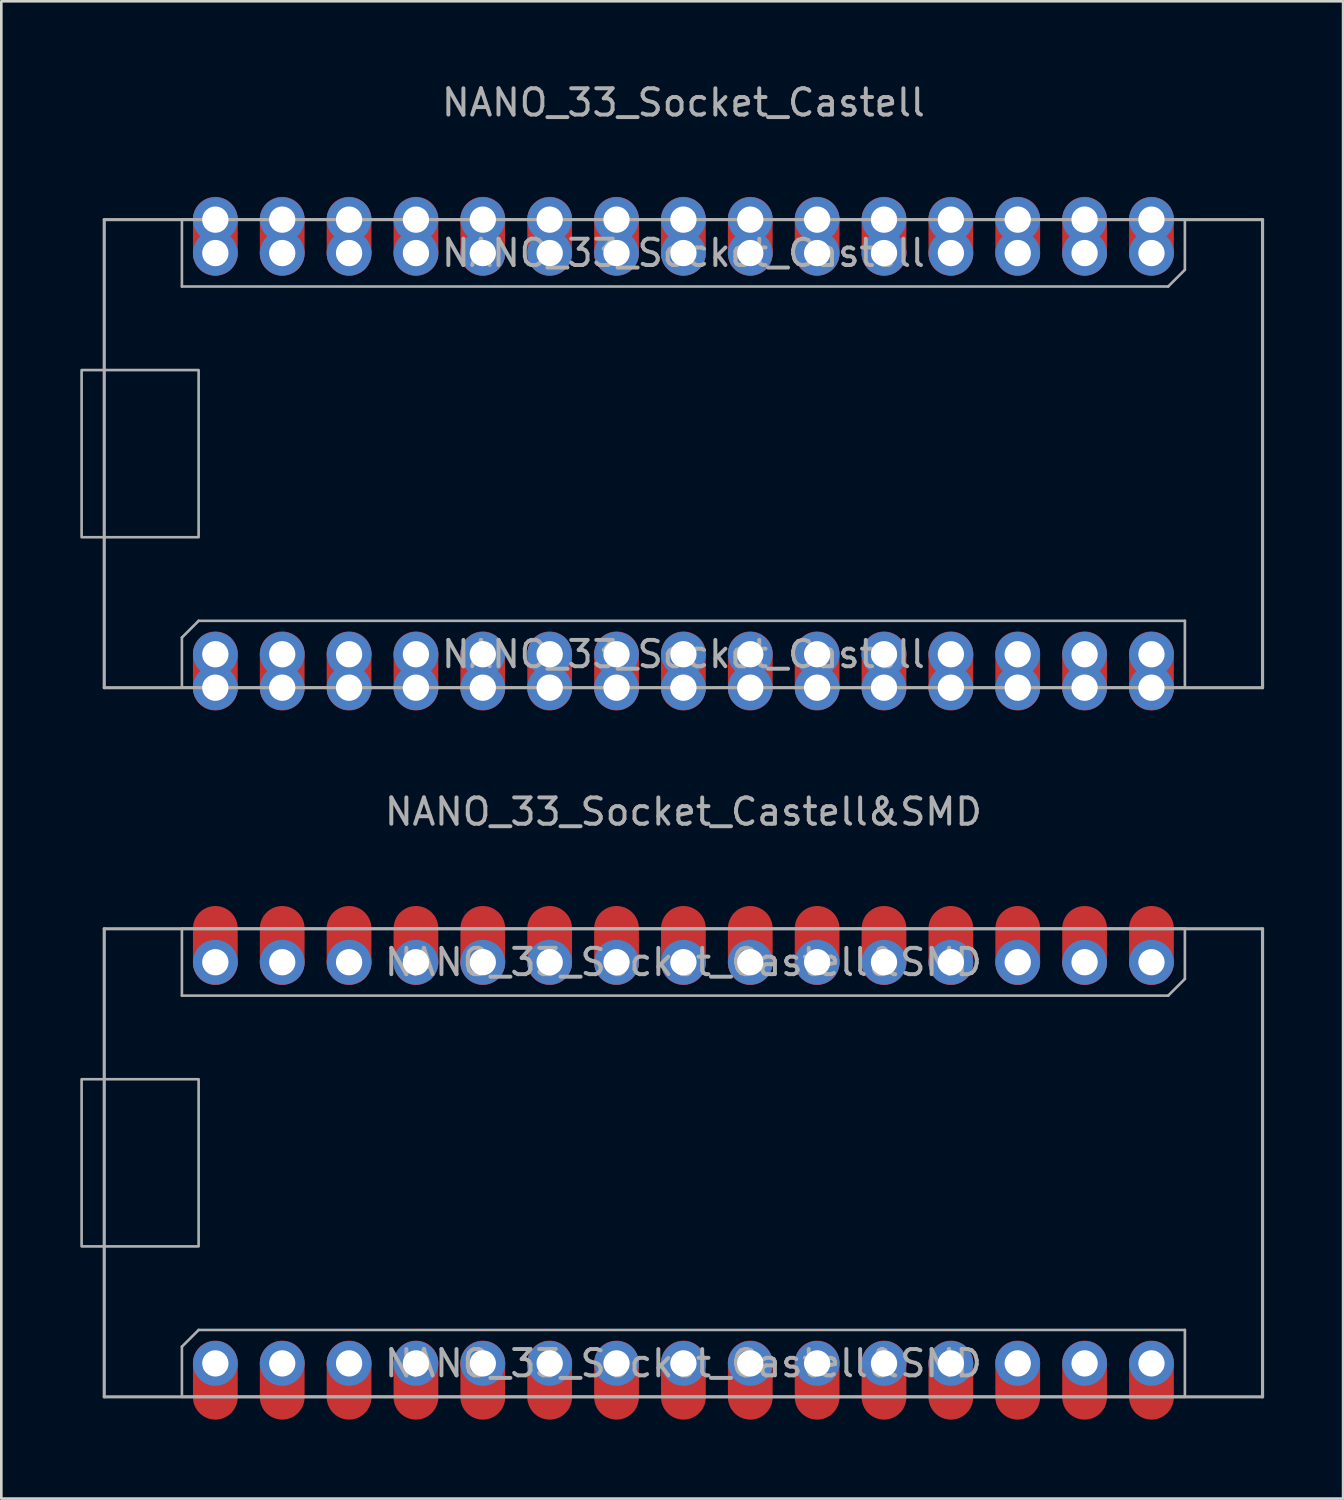
<source format=kicad_pcb>
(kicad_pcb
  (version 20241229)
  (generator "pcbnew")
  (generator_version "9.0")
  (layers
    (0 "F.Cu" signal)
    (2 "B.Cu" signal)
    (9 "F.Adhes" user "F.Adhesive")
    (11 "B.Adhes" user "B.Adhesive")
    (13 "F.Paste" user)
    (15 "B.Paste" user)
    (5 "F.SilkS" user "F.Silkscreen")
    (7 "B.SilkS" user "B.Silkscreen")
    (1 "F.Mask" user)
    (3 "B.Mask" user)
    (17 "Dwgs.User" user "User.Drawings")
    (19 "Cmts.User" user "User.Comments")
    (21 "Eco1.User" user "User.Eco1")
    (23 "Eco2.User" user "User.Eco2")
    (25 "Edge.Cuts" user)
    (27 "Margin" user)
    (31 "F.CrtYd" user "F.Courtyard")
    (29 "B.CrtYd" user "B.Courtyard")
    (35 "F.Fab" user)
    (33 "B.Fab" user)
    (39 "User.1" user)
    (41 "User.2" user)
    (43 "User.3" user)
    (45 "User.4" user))
  (footprint "NANO_33_Socket_Castell&SMD"
    (layer "F.Cu")
    (at 22.91 41.121)
    (property "Reference" "NANO_33_Socket_Castell&SMD" (at 0 -13.335 0) (layer "F.Fab") (effects (font (size 1 1) (thickness 0.15))))
    (attr through_hole)
    (fp_line (start -22 -8.89) (end 22 -8.89) (stroke (width 0.12) (type solid)) (layer "F.Fab"))
    (fp_line (start -22 8.89) (end -22 -8.89) (stroke (width 0.12) (type solid)) (layer "F.Fab"))
    (fp_line (start -22 8.89) (end 22 8.89) (stroke (width 0.12) (type solid)) (layer "F.Fab"))
    (fp_line (start -19.05 -8.89) (end 19.05 -8.89) (stroke (width 0.1) (type solid)) (layer "F.Fab"))
    (fp_line (start -19.05 -6.35) (end -19.05 -8.89) (stroke (width 0.1) (type solid)) (layer "F.Fab"))
    (fp_line (start -19.05 6.985) (end -18.415 6.35) (stroke (width 0.1) (type solid)) (layer "F.Fab"))
    (fp_line (start -19.05 8.89) (end -19.05 6.985) (stroke (width 0.1) (type solid)) (layer "F.Fab"))
    (fp_line (start -18.415 6.35) (end 19.05 6.35) (stroke (width 0.1) (type solid)) (layer "F.Fab"))
    (fp_line (start 18.415 -6.35) (end -19.05 -6.35) (stroke (width 0.1) (type solid)) (layer "F.Fab"))
    (fp_line (start 19.05 -8.89) (end 19.05 -6.985) (stroke (width 0.1) (type solid)) (layer "F.Fab"))
    (fp_line (start 19.05 -6.985) (end 18.415 -6.35) (stroke (width 0.1) (type solid)) (layer "F.Fab"))
    (fp_line (start 19.05 6.35) (end 19.05 8.89) (stroke (width 0.1) (type solid)) (layer "F.Fab"))
    (fp_line (start 19.05 8.89) (end -19.05 8.89) (stroke (width 0.1) (type solid)) (layer "F.Fab"))
    (fp_line (start 22 8.89) (end 22 -8.89) (stroke (width 0.12) (type solid)) (layer "F.Fab"))
    (fp_poly (pts (xy -22.86 3.175) (xy -18.415 3.175) (xy -18.415 -3.175) (xy -22.86 -3.175)) (stroke (width 0.1) (type solid)) (fill no) (layer "F.Fab"))
    (fp_text user "${REFERENCE}" (at 0 -7.62 0) (layer "F.Fab") (effects (font (size 1 1) (thickness 0.15))))
    (fp_text user "${REFERENCE}" (at 0 7.62 180) (layer "F.Fab") (effects (font (size 1 1) (thickness 0.15))))
    (pad "1" thru_hole circle (at -17.78 7.62 90) (size 1.7 1.7) (drill 1) (layers "*.Cu" "*.Mask"))
    (pad "1" smd oval (at -17.78 8.255 90) (size 3 1.7) (layers "F.Cu" "F.Mask"))
    (pad "2" thru_hole oval (at -15.24 7.62 90) (size 1.7 1.7) (drill 1) (layers "*.Cu" "*.Mask"))
    (pad "2" smd oval (at -15.24 8.255 90) (size 3 1.7) (layers "F.Cu" "F.Mask"))
    (pad "3" thru_hole oval (at -12.7 7.62 90) (size 1.7 1.7) (drill 1) (layers "*.Cu" "*.Mask"))
    (pad "3" smd oval (at -12.7 8.255 90) (size 3 1.7) (layers "F.Cu" "F.Mask"))
    (pad "4" thru_hole oval (at -10.16 7.62 90) (size 1.7 1.7) (drill 1) (layers "*.Cu" "*.Mask"))
    (pad "4" smd oval (at -10.16 8.255 90) (size 3 1.7) (layers "F.Cu" "F.Mask"))
    (pad "5" thru_hole oval (at -7.62 7.62 90) (size 1.7 1.7) (drill 1) (layers "*.Cu" "*.Mask"))
    (pad "5" smd oval (at -7.62 8.255 90) (size 3 1.7) (layers "F.Cu" "F.Mask"))
    (pad "6" thru_hole oval (at -5.08 7.62 90) (size 1.7 1.7) (drill 1) (layers "*.Cu" "*.Mask"))
    (pad "6" smd oval (at -5.08 8.255 90) (size 3 1.7) (layers "F.Cu" "F.Mask"))
    (pad "7" thru_hole oval (at -2.54 7.62 90) (size 1.7 1.7) (drill 1) (layers "*.Cu" "*.Mask"))
    (pad "7" smd oval (at -2.54 8.255 90) (size 3 1.7) (layers "F.Cu" "F.Mask"))
    (pad "8" thru_hole oval (at 0 7.62 90) (size 1.7 1.7) (drill 1) (layers "*.Cu" "*.Mask"))
    (pad "8" smd oval (at 0 8.255 90) (size 3 1.7) (layers "F.Cu" "F.Mask"))
    (pad "9" thru_hole oval (at 2.54 7.62 90) (size 1.7 1.7) (drill 1) (layers "*.Cu" "*.Mask"))
    (pad "9" smd oval (at 2.54 8.255 90) (size 3 1.7) (layers "F.Cu" "F.Mask"))
    (pad "10" thru_hole oval (at 5.08 7.62 90) (size 1.7 1.7) (drill 1) (layers "*.Cu" "*.Mask"))
    (pad "10" smd oval (at 5.08 8.255 90) (size 3 1.7) (layers "F.Cu" "F.Mask"))
    (pad "11" thru_hole oval (at 7.62 7.62 90) (size 1.7 1.7) (drill 1) (layers "*.Cu" "*.Mask"))
    (pad "11" smd oval (at 7.62 8.255 90) (size 3 1.7) (layers "F.Cu" "F.Mask"))
    (pad "12" thru_hole oval (at 10.16 7.62 90) (size 1.7 1.7) (drill 1) (layers "*.Cu" "*.Mask"))
    (pad "12" smd oval (at 10.16 8.255 90) (size 3 1.7) (layers "F.Cu" "F.Mask"))
    (pad "13" thru_hole oval (at 12.7 7.62 90) (size 1.7 1.7) (drill 1) (layers "*.Cu" "*.Mask"))
    (pad "13" smd oval (at 12.7 8.255 90) (size 3 1.7) (layers "F.Cu" "F.Mask"))
    (pad "14" thru_hole oval (at 15.24 7.62 90) (size 1.7 1.7) (drill 1) (layers "*.Cu" "*.Mask"))
    (pad "14" smd oval (at 15.24 8.255 90) (size 3 1.7) (layers "F.Cu" "F.Mask"))
    (pad "15" thru_hole oval (at 17.78 7.62 90) (size 1.7 1.7) (drill 1) (layers "*.Cu" "*.Mask"))
    (pad "15" smd oval (at 17.78 8.255 90) (size 3 1.7) (layers "F.Cu" "F.Mask"))
    (pad "16" smd oval (at 17.78 -8.255 270) (size 3 1.7) (layers "F.Cu" "F.Mask"))
    (pad "16" thru_hole circle (at 17.78 -7.62 270) (size 1.7 1.7) (drill 1) (layers "*.Cu" "*.Mask"))
    (pad "17" smd oval (at 15.24 -8.255 270) (size 3 1.7) (layers "F.Cu" "F.Mask"))
    (pad "17" thru_hole oval (at 15.24 -7.62 270) (size 1.7 1.7) (drill 1) (layers "*.Cu" "*.Mask"))
    (pad "18" smd oval (at 12.7 -8.255 270) (size 3 1.7) (layers "F.Cu" "F.Mask"))
    (pad "18" thru_hole oval (at 12.7 -7.62 270) (size 1.7 1.7) (drill 1) (layers "*.Cu" "*.Mask"))
    (pad "19" smd oval (at 10.16 -8.255 270) (size 3 1.7) (layers "F.Cu" "F.Mask"))
    (pad "19" thru_hole oval (at 10.16 -7.62 270) (size 1.7 1.7) (drill 1) (layers "*.Cu" "*.Mask"))
    (pad "20" smd oval (at 7.62 -8.255 270) (size 3 1.7) (layers "F.Cu" "F.Mask"))
    (pad "20" thru_hole oval (at 7.62 -7.62 270) (size 1.7 1.7) (drill 1) (layers "*.Cu" "*.Mask"))
    (pad "21" smd oval (at 5.08 -8.255 270) (size 3 1.7) (layers "F.Cu" "F.Mask"))
    (pad "21" thru_hole oval (at 5.08 -7.62 270) (size 1.7 1.7) (drill 1) (layers "*.Cu" "*.Mask"))
    (pad "22" smd oval (at 2.54 -8.255 270) (size 3 1.7) (layers "F.Cu" "F.Mask"))
    (pad "22" thru_hole oval (at 2.54 -7.62 270) (size 1.7 1.7) (drill 1) (layers "*.Cu" "*.Mask"))
    (pad "23" smd oval (at 0 -8.255 270) (size 3 1.7) (layers "F.Cu" "F.Mask"))
    (pad "23" thru_hole oval (at 0 -7.62 270) (size 1.7 1.7) (drill 1) (layers "*.Cu" "*.Mask"))
    (pad "24" smd oval (at -2.54 -8.255 270) (size 3 1.7) (layers "F.Cu" "F.Mask"))
    (pad "24" thru_hole oval (at -2.54 -7.62 270) (size 1.7 1.7) (drill 1) (layers "*.Cu" "*.Mask"))
    (pad "25" smd oval (at -5.08 -8.255 270) (size 3 1.7) (layers "F.Cu" "F.Mask"))
    (pad "25" thru_hole oval (at -5.08 -7.62 270) (size 1.7 1.7) (drill 1) (layers "*.Cu" "*.Mask"))
    (pad "26" smd oval (at -7.62 -8.255 270) (size 3 1.7) (layers "F.Cu" "F.Mask"))
    (pad "26" thru_hole oval (at -7.62 -7.62 270) (size 1.7 1.7) (drill 1) (layers "*.Cu" "*.Mask"))
    (pad "27" smd oval (at -10.16 -8.255 270) (size 3 1.7) (layers "F.Cu" "F.Mask"))
    (pad "27" thru_hole oval (at -10.16 -7.62 270) (size 1.7 1.7) (drill 1) (layers "*.Cu" "*.Mask"))
    (pad "28" smd oval (at -12.7 -8.255 270) (size 3 1.7) (layers "F.Cu" "F.Mask"))
    (pad "28" thru_hole oval (at -12.7 -7.62 270) (size 1.7 1.7) (drill 1) (layers "*.Cu" "*.Mask"))
    (pad "29" smd oval (at -15.24 -8.255 270) (size 3 1.7) (layers "F.Cu" "F.Mask"))
    (pad "29" thru_hole oval (at -15.24 -7.62 270) (size 1.7 1.7) (drill 1) (layers "*.Cu" "*.Mask"))
    (pad "30" smd oval (at -17.78 -8.255 270) (size 3 1.7) (layers "F.Cu" "F.Mask"))
    (pad "30" thru_hole oval (at -17.78 -7.62 270) (size 1.7 1.7) (drill 1) (layers "*.Cu" "*.Mask")))
  (footprint "NANO_33_Socket_Castell"
    (layer "F.Cu")
    (at 22.91 14.183)
    (property "Reference" "NANO_33_Socket_Castell" (at 0 -13.335 0) (layer "F.Fab") (effects (font (size 1 1) (thickness 0.15))))
    (attr through_hole)
    (fp_line (start -22 -8.89) (end 22 -8.89) (stroke (width 0.12) (type solid)) (layer "F.Fab"))
    (fp_line (start -22 8.89) (end -22 -8.89) (stroke (width 0.12) (type solid)) (layer "F.Fab"))
    (fp_line (start -22 8.89) (end 22 8.89) (stroke (width 0.12) (type solid)) (layer "F.Fab"))
    (fp_line (start -19.05 -8.89) (end 19.05 -8.89) (stroke (width 0.1) (type solid)) (layer "F.Fab"))
    (fp_line (start -19.05 -6.35) (end -19.05 -8.89) (stroke (width 0.1) (type solid)) (layer "F.Fab"))
    (fp_line (start -19.05 6.985) (end -18.415 6.35) (stroke (width 0.1) (type solid)) (layer "F.Fab"))
    (fp_line (start -19.05 8.89) (end -19.05 6.985) (stroke (width 0.1) (type solid)) (layer "F.Fab"))
    (fp_line (start -18.415 6.35) (end 19.05 6.35) (stroke (width 0.1) (type solid)) (layer "F.Fab"))
    (fp_line (start 18.415 -6.35) (end -19.05 -6.35) (stroke (width 0.1) (type solid)) (layer "F.Fab"))
    (fp_line (start 19.05 -8.89) (end 19.05 -6.985) (stroke (width 0.1) (type solid)) (layer "F.Fab"))
    (fp_line (start 19.05 -6.985) (end 18.415 -6.35) (stroke (width 0.1) (type solid)) (layer "F.Fab"))
    (fp_line (start 19.05 6.35) (end 19.05 8.89) (stroke (width 0.1) (type solid)) (layer "F.Fab"))
    (fp_line (start 19.05 8.89) (end -19.05 8.89) (stroke (width 0.1) (type solid)) (layer "F.Fab"))
    (fp_line (start 22 8.89) (end 22 -8.89) (stroke (width 0.12) (type solid)) (layer "F.Fab"))
    (fp_poly (pts (xy -22.86 3.175) (xy -18.415 3.175) (xy -18.415 -3.175) (xy -22.86 -3.175)) (stroke (width 0.1) (type solid)) (fill no) (layer "F.Fab"))
    (fp_text user "${REFERENCE}" (at 0 -7.62 0) (layer "F.Fab") (effects (font (size 1 1) (thickness 0.15))))
    (fp_text user "${REFERENCE}" (at 0 7.62 180) (layer "F.Fab") (effects (font (size 1 1) (thickness 0.15))))
    (pad "1" thru_hole circle (at -17.78 7.62 90) (size 1.7 1.7) (drill 1) (layers "*.Cu" "*.Mask"))
    (pad "1" smd oval (at -17.78 8.255 90) (size 3 1.7) (layers "F.Cu" "F.Mask"))
    (pad "1" thru_hole circle (at -17.78 8.89 90) (size 1.7 1.7) (drill 1) (layers "*.Cu" "*.Mask"))
    (pad "2" thru_hole oval (at -15.24 7.62 90) (size 1.7 1.7) (drill 1) (layers "*.Cu" "*.Mask"))
    (pad "2" smd oval (at -15.24 8.255 90) (size 3 1.7) (layers "F.Cu" "F.Mask"))
    (pad "2" thru_hole circle (at -15.24 8.89 90) (size 1.7 1.7) (drill 1) (layers "*.Cu" "*.Mask"))
    (pad "3" thru_hole oval (at -12.7 7.62 90) (size 1.7 1.7) (drill 1) (layers "*.Cu" "*.Mask"))
    (pad "3" smd oval (at -12.7 8.255 90) (size 3 1.7) (layers "F.Cu" "F.Mask"))
    (pad "3" thru_hole circle (at -12.7 8.89 90) (size 1.7 1.7) (drill 1) (layers "*.Cu" "*.Mask"))
    (pad "4" thru_hole oval (at -10.16 7.62 90) (size 1.7 1.7) (drill 1) (layers "*.Cu" "*.Mask"))
    (pad "4" smd oval (at -10.16 8.255 90) (size 3 1.7) (layers "F.Cu" "F.Mask"))
    (pad "4" thru_hole circle (at -10.16 8.89 90) (size 1.7 1.7) (drill 1) (layers "*.Cu" "*.Mask"))
    (pad "5" thru_hole oval (at -7.62 7.62 90) (size 1.7 1.7) (drill 1) (layers "*.Cu" "*.Mask"))
    (pad "5" smd oval (at -7.62 8.255 90) (size 3 1.7) (layers "F.Cu" "F.Mask"))
    (pad "5" thru_hole circle (at -7.62 8.89 90) (size 1.7 1.7) (drill 1) (layers "*.Cu" "*.Mask"))
    (pad "6" thru_hole oval (at -5.08 7.62 90) (size 1.7 1.7) (drill 1) (layers "*.Cu" "*.Mask"))
    (pad "6" smd oval (at -5.08 8.255 90) (size 3 1.7) (layers "F.Cu" "F.Mask"))
    (pad "6" thru_hole circle (at -5.08 8.89 90) (size 1.7 1.7) (drill 1) (layers "*.Cu" "*.Mask"))
    (pad "7" thru_hole oval (at -2.54 7.62 90) (size 1.7 1.7) (drill 1) (layers "*.Cu" "*.Mask"))
    (pad "7" smd oval (at -2.54 8.255 90) (size 3 1.7) (layers "F.Cu" "F.Mask"))
    (pad "7" thru_hole circle (at -2.54 8.89 90) (size 1.7 1.7) (drill 1) (layers "*.Cu" "*.Mask"))
    (pad "8" thru_hole oval (at 0 7.62 90) (size 1.7 1.7) (drill 1) (layers "*.Cu" "*.Mask"))
    (pad "8" smd oval (at 0 8.255 90) (size 3 1.7) (layers "F.Cu" "F.Mask"))
    (pad "8" thru_hole circle (at 0 8.89 90) (size 1.7 1.7) (drill 1) (layers "*.Cu" "*.Mask"))
    (pad "9" thru_hole oval (at 2.54 7.62 90) (size 1.7 1.7) (drill 1) (layers "*.Cu" "*.Mask"))
    (pad "9" smd oval (at 2.54 8.255 90) (size 3 1.7) (layers "F.Cu" "F.Mask"))
    (pad "9" thru_hole circle (at 2.54 8.89 90) (size 1.7 1.7) (drill 1) (layers "*.Cu" "*.Mask"))
    (pad "10" thru_hole oval (at 5.08 7.62 90) (size 1.7 1.7) (drill 1) (layers "*.Cu" "*.Mask"))
    (pad "10" smd oval (at 5.08 8.255 90) (size 3 1.7) (layers "F.Cu" "F.Mask"))
    (pad "10" thru_hole circle (at 5.08 8.89 90) (size 1.7 1.7) (drill 1) (layers "*.Cu" "*.Mask"))
    (pad "11" thru_hole oval (at 7.62 7.62 90) (size 1.7 1.7) (drill 1) (layers "*.Cu" "*.Mask"))
    (pad "11" smd oval (at 7.62 8.255 90) (size 3 1.7) (layers "F.Cu" "F.Mask"))
    (pad "11" thru_hole circle (at 7.62 8.89 90) (size 1.7 1.7) (drill 1) (layers "*.Cu" "*.Mask"))
    (pad "12" thru_hole oval (at 10.16 7.62 90) (size 1.7 1.7) (drill 1) (layers "*.Cu" "*.Mask"))
    (pad "12" smd oval (at 10.16 8.255 90) (size 3 1.7) (layers "F.Cu" "F.Mask"))
    (pad "12" thru_hole circle (at 10.16 8.89 90) (size 1.7 1.7) (drill 1) (layers "*.Cu" "*.Mask"))
    (pad "13" thru_hole oval (at 12.7 7.62 90) (size 1.7 1.7) (drill 1) (layers "*.Cu" "*.Mask"))
    (pad "13" smd oval (at 12.7 8.255 90) (size 3 1.7) (layers "F.Cu" "F.Mask"))
    (pad "13" thru_hole circle (at 12.7 8.89 90) (size 1.7 1.7) (drill 1) (layers "*.Cu" "*.Mask"))
    (pad "14" thru_hole oval (at 15.24 7.62 90) (size 1.7 1.7) (drill 1) (layers "*.Cu" "*.Mask"))
    (pad "14" smd oval (at 15.24 8.255 90) (size 3 1.7) (layers "F.Cu" "F.Mask"))
    (pad "14" thru_hole circle (at 15.24 8.89 90) (size 1.7 1.7) (drill 1) (layers "*.Cu" "*.Mask"))
    (pad "15" thru_hole oval (at 17.78 7.62 90) (size 1.7 1.7) (drill 1) (layers "*.Cu" "*.Mask"))
    (pad "15" smd oval (at 17.78 8.255 90) (size 3 1.7) (layers "F.Cu" "F.Mask"))
    (pad "15" thru_hole circle (at 17.78 8.89 90) (size 1.7 1.7) (drill 1) (layers "*.Cu" "*.Mask"))
    (pad "16" thru_hole circle (at 17.78 -8.89 270) (size 1.7 1.7) (drill 1) (layers "*.Cu" "*.Mask"))
    (pad "16" smd oval (at 17.78 -8.255 270) (size 3 1.7) (layers "F.Cu" "F.Mask"))
    (pad "16" thru_hole circle (at 17.78 -7.62 270) (size 1.7 1.7) (drill 1) (layers "*.Cu" "*.Mask"))
    (pad "17" thru_hole circle (at 15.24 -8.89 270) (size 1.7 1.7) (drill 1) (layers "*.Cu" "*.Mask"))
    (pad "17" smd oval (at 15.24 -8.255 270) (size 3 1.7) (layers "F.Cu" "F.Mask"))
    (pad "17" thru_hole oval (at 15.24 -7.62 270) (size 1.7 1.7) (drill 1) (layers "*.Cu" "*.Mask"))
    (pad "18" thru_hole circle (at 12.7 -8.89 270) (size 1.7 1.7) (drill 1) (layers "*.Cu" "*.Mask"))
    (pad "18" smd oval (at 12.7 -8.255 270) (size 3 1.7) (layers "F.Cu" "F.Mask"))
    (pad "18" thru_hole oval (at 12.7 -7.62 270) (size 1.7 1.7) (drill 1) (layers "*.Cu" "*.Mask"))
    (pad "19" thru_hole circle (at 10.16 -8.89 270) (size 1.7 1.7) (drill 1) (layers "*.Cu" "*.Mask"))
    (pad "19" smd oval (at 10.16 -8.255 270) (size 3 1.7) (layers "F.Cu" "F.Mask"))
    (pad "19" thru_hole oval (at 10.16 -7.62 270) (size 1.7 1.7) (drill 1) (layers "*.Cu" "*.Mask"))
    (pad "20" thru_hole circle (at 7.62 -8.89 270) (size 1.7 1.7) (drill 1) (layers "*.Cu" "*.Mask"))
    (pad "20" smd oval (at 7.62 -8.255 270) (size 3 1.7) (layers "F.Cu" "F.Mask"))
    (pad "20" thru_hole oval (at 7.62 -7.62 270) (size 1.7 1.7) (drill 1) (layers "*.Cu" "*.Mask"))
    (pad "21" thru_hole circle (at 5.08 -8.89 270) (size 1.7 1.7) (drill 1) (layers "*.Cu" "*.Mask"))
    (pad "21" smd oval (at 5.08 -8.255 270) (size 3 1.7) (layers "F.Cu" "F.Mask"))
    (pad "21" thru_hole oval (at 5.08 -7.62 270) (size 1.7 1.7) (drill 1) (layers "*.Cu" "*.Mask"))
    (pad "22" thru_hole circle (at 2.54 -8.89 270) (size 1.7 1.7) (drill 1) (layers "*.Cu" "*.Mask"))
    (pad "22" smd oval (at 2.54 -8.255 270) (size 3 1.7) (layers "F.Cu" "F.Mask"))
    (pad "22" thru_hole oval (at 2.54 -7.62 270) (size 1.7 1.7) (drill 1) (layers "*.Cu" "*.Mask"))
    (pad "23" thru_hole circle (at 0 -8.89 270) (size 1.7 1.7) (drill 1) (layers "*.Cu" "*.Mask"))
    (pad "23" smd oval (at 0 -8.255 270) (size 3 1.7) (layers "F.Cu" "F.Mask"))
    (pad "23" thru_hole oval (at 0 -7.62 270) (size 1.7 1.7) (drill 1) (layers "*.Cu" "*.Mask"))
    (pad "24" thru_hole circle (at -2.54 -8.89 270) (size 1.7 1.7) (drill 1) (layers "*.Cu" "*.Mask"))
    (pad "24" smd oval (at -2.54 -8.255 270) (size 3 1.7) (layers "F.Cu" "F.Mask"))
    (pad "24" thru_hole oval (at -2.54 -7.62 270) (size 1.7 1.7) (drill 1) (layers "*.Cu" "*.Mask"))
    (pad "25" thru_hole circle (at -5.08 -8.89 270) (size 1.7 1.7) (drill 1) (layers "*.Cu" "*.Mask"))
    (pad "25" smd oval (at -5.08 -8.255 270) (size 3 1.7) (layers "F.Cu" "F.Mask"))
    (pad "25" thru_hole oval (at -5.08 -7.62 270) (size 1.7 1.7) (drill 1) (layers "*.Cu" "*.Mask"))
    (pad "26" thru_hole circle (at -7.62 -8.89 270) (size 1.7 1.7) (drill 1) (layers "*.Cu" "*.Mask"))
    (pad "26" smd oval (at -7.62 -8.255 270) (size 3 1.7) (layers "F.Cu" "F.Mask"))
    (pad "26" thru_hole oval (at -7.62 -7.62 270) (size 1.7 1.7) (drill 1) (layers "*.Cu" "*.Mask"))
    (pad "27" thru_hole circle (at -10.16 -8.89 270) (size 1.7 1.7) (drill 1) (layers "*.Cu" "*.Mask"))
    (pad "27" smd oval (at -10.16 -8.255 270) (size 3 1.7) (layers "F.Cu" "F.Mask"))
    (pad "27" thru_hole oval (at -10.16 -7.62 270) (size 1.7 1.7) (drill 1) (layers "*.Cu" "*.Mask"))
    (pad "28" thru_hole circle (at -12.7 -8.89 270) (size 1.7 1.7) (drill 1) (layers "*.Cu" "*.Mask"))
    (pad "28" smd oval (at -12.7 -8.255 270) (size 3 1.7) (layers "F.Cu" "F.Mask"))
    (pad "28" thru_hole oval (at -12.7 -7.62 270) (size 1.7 1.7) (drill 1) (layers "*.Cu" "*.Mask"))
    (pad "29" thru_hole circle (at -15.24 -8.89 270) (size 1.7 1.7) (drill 1) (layers "*.Cu" "*.Mask"))
    (pad "29" smd oval (at -15.24 -8.255 270) (size 3 1.7) (layers "F.Cu" "F.Mask"))
    (pad "29" thru_hole oval (at -15.24 -7.62 270) (size 1.7 1.7) (drill 1) (layers "*.Cu" "*.Mask"))
    (pad "30" thru_hole circle (at -17.78 -8.89 270) (size 1.7 1.7) (drill 1) (layers "*.Cu" "*.Mask"))
    (pad "30" smd oval (at -17.78 -8.255 270) (size 3 1.7) (layers "F.Cu" "F.Mask"))
    (pad "30" thru_hole oval (at -17.78 -7.62 270) (size 1.7 1.7) (drill 1) (layers "*.Cu" "*.Mask")))
  (gr_rect
    (start -3 -3)
    (end 47.97 53.877)
    (stroke (width 0.1) (type default))
    (fill no)
    (layer "Edge.Cuts")))
</source>
